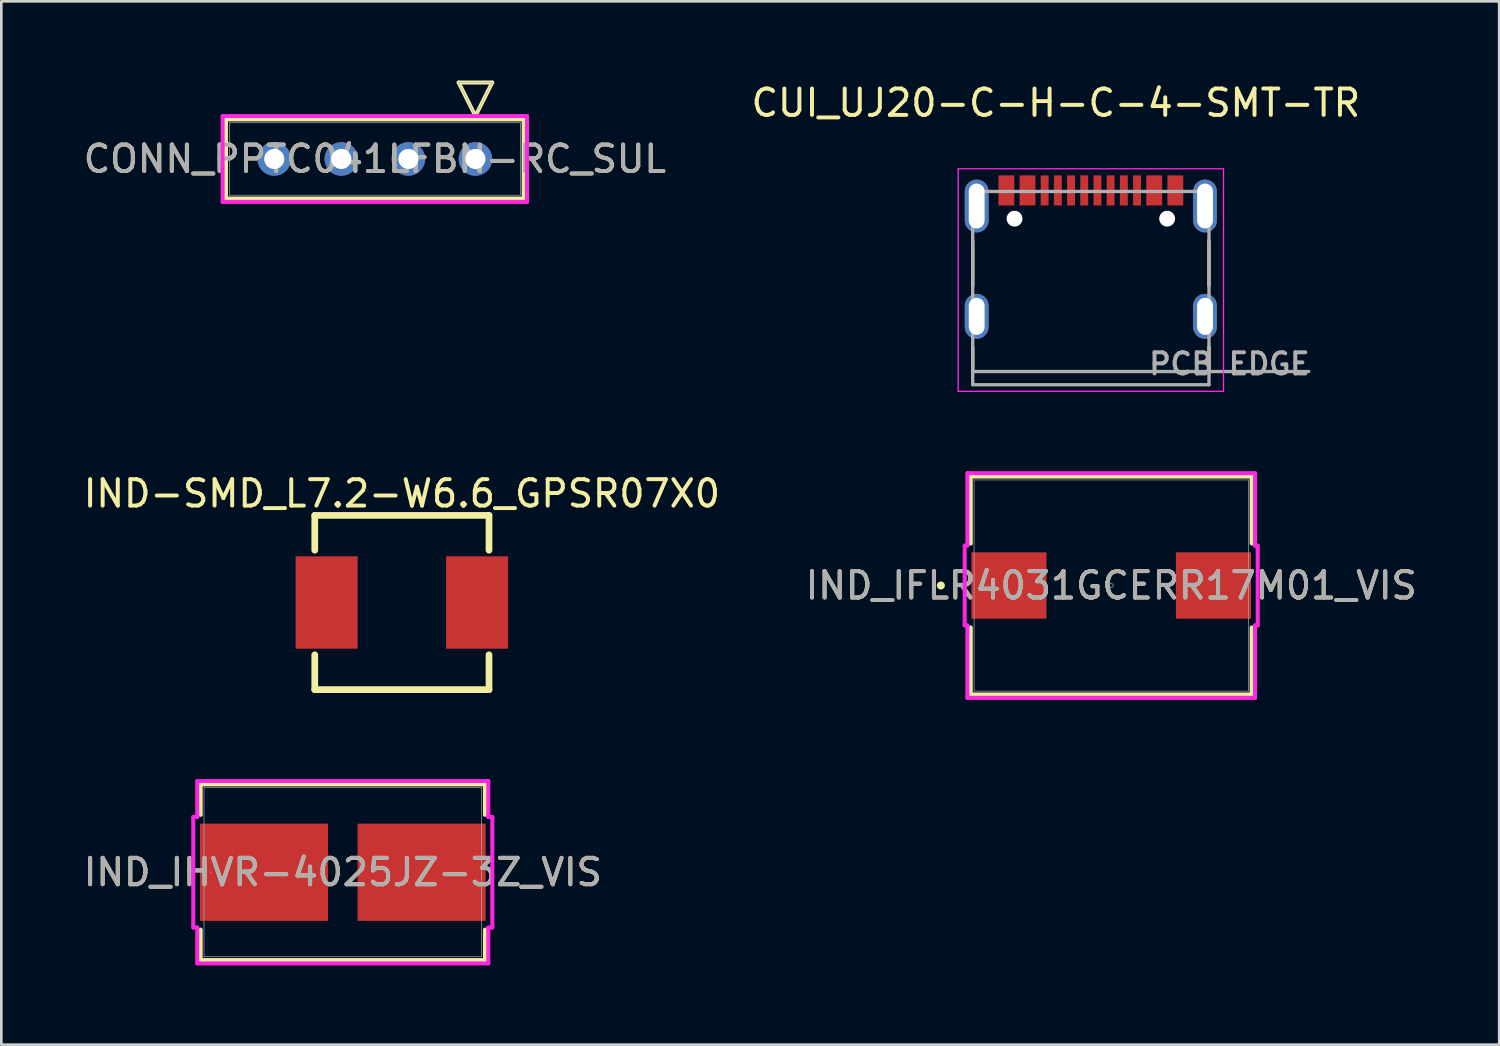
<source format=kicad_pcb>
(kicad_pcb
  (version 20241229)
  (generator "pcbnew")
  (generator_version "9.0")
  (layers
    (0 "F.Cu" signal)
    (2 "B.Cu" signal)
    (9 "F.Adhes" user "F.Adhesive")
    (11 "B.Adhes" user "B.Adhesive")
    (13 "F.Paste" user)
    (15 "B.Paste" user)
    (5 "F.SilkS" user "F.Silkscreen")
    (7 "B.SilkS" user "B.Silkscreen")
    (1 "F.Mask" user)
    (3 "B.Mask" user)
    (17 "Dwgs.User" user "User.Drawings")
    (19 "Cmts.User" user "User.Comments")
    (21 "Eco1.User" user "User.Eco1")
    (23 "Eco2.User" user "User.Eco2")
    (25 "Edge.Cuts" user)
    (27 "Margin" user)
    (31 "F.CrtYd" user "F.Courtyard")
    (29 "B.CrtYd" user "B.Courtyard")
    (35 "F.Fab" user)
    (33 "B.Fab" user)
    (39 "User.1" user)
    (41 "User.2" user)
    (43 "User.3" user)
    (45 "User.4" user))
  (footprint "CONN_PPTC041LFBN-RC_SUL"
    (layer "F.Cu")
    (at 14.959 2.972)
    (property "Reference" "CONN_PPTC041LFBN-RC_SUL" (at -3.81 0 0) (unlocked yes) (layer "F.SilkS") (effects (font (size 1 1) (thickness 0.15))))
    (attr through_hole)
    (fp_line (start -9.449 -1.499) (end -9.449 1.499) (stroke (width 0.152) (type solid)) (layer "F.SilkS"))
    (fp_line (start -9.449 1.499) (end 1.829 1.499) (stroke (width 0.152) (type solid)) (layer "F.SilkS"))
    (fp_line (start -0.635 -2.896) (end 0.635 -2.896) (stroke (width 0.152) (type solid)) (layer "F.SilkS"))
    (fp_line (start 0 -1.626) (end -0.635 -2.896) (stroke (width 0.152) (type solid)) (layer "F.SilkS"))
    (fp_line (start 0.635 -2.896) (end 0 -1.626) (stroke (width 0.152) (type solid)) (layer "F.SilkS"))
    (fp_line (start 1.829 -1.499) (end -9.449 -1.499) (stroke (width 0.152) (type solid)) (layer "F.SilkS"))
    (fp_line (start 1.829 1.499) (end 1.829 -1.499) (stroke (width 0.152) (type solid)) (layer "F.SilkS"))
    (fp_line (start -9.576 -1.626) (end -9.576 1.626) (stroke (width 0.152) (type solid)) (layer "F.CrtYd"))
    (fp_line (start -9.576 1.626) (end 1.956 1.626) (stroke (width 0.152) (type solid)) (layer "F.CrtYd"))
    (fp_line (start 1.956 -1.626) (end -9.576 -1.626) (stroke (width 0.152) (type solid)) (layer "F.CrtYd"))
    (fp_line (start 1.956 1.626) (end 1.956 -1.626) (stroke (width 0.152) (type solid)) (layer "F.CrtYd"))
    (fp_line (start -9.322 -1.372) (end -9.322 1.372) (stroke (width 0.025) (type solid)) (layer "F.Fab"))
    (fp_line (start -9.322 1.372) (end 1.702 1.372) (stroke (width 0.025) (type solid)) (layer "F.Fab"))
    (fp_line (start -0.635 -2.896) (end 0.635 -2.896) (stroke (width 0.025) (type solid)) (layer "F.Fab"))
    (fp_line (start 0 -1.626) (end -0.635 -2.896) (stroke (width 0.025) (type solid)) (layer "F.Fab"))
    (fp_line (start 0.635 -2.896) (end 0 -1.626) (stroke (width 0.025) (type solid)) (layer "F.Fab"))
    (fp_line (start 1.702 -1.372) (end -9.322 -1.372) (stroke (width 0.025) (type solid)) (layer "F.Fab"))
    (fp_line (start 1.702 1.372) (end 1.702 -1.372) (stroke (width 0.025) (type solid)) (layer "F.Fab"))
    (fp_text user "${REFERENCE}" (at -3.81 0 0) (unlocked yes) (layer "F.Fab") (effects (font (size 1 1) (thickness 0.15))))
    (pad "1" thru_hole circle (at 0 0) (size 1.27 1.27) (drill 0.762) (layers "*.Cu" "*.Mask"))
    (pad "2" thru_hole circle (at -2.54 0) (size 1.27 1.27) (drill 0.762) (layers "*.Cu" "*.Mask"))
    (pad "3" thru_hole circle (at -5.08 0) (size 1.27 1.27) (drill 0.762) (layers "*.Cu" "*.Mask"))
    (pad "4" thru_hole circle (at -7.62 0) (size 1.27 1.27) (drill 0.762) (layers "*.Cu" "*.Mask")))
  (footprint "IND_IHVR-4025JZ-3Z_VIS"
    (layer "F.Cu")
    (at 9.935 29.99)
    (property "Reference" "IND_IHVR-4025JZ-3Z_VIS" (at 0 0 0) (unlocked yes) (layer "F.SilkS") (effects (font (size 1 1) (thickness 0.15))))
    (attr smd)
    (fp_line (start -5.385 -3.327) (end -5.385 -2.174) (stroke (width 0.152) (type solid)) (layer "F.SilkS"))
    (fp_line (start -5.385 2.174) (end -5.385 3.327) (stroke (width 0.152) (type solid)) (layer "F.SilkS"))
    (fp_line (start -5.385 3.327) (end 5.385 3.327) (stroke (width 0.152) (type solid)) (layer "F.SilkS"))
    (fp_line (start 5.385 -3.327) (end -5.385 -3.327) (stroke (width 0.152) (type solid)) (layer "F.SilkS"))
    (fp_line (start 5.385 -2.174) (end 5.385 -3.327) (stroke (width 0.152) (type solid)) (layer "F.SilkS"))
    (fp_line (start 5.385 3.327) (end 5.385 2.174) (stroke (width 0.152) (type solid)) (layer "F.SilkS"))
    (fp_line (start -5.664 -2.095) (end -5.512 -2.095) (stroke (width 0.152) (type solid)) (layer "F.CrtYd"))
    (fp_line (start -5.664 2.095) (end -5.664 -2.095) (stroke (width 0.152) (type solid)) (layer "F.CrtYd"))
    (fp_line (start -5.512 -3.454) (end 5.512 -3.454) (stroke (width 0.152) (type solid)) (layer "F.CrtYd"))
    (fp_line (start -5.512 -2.095) (end -5.512 -3.454) (stroke (width 0.152) (type solid)) (layer "F.CrtYd"))
    (fp_line (start -5.512 2.095) (end -5.664 2.095) (stroke (width 0.152) (type solid)) (layer "F.CrtYd"))
    (fp_line (start -5.512 3.454) (end -5.512 2.095) (stroke (width 0.152) (type solid)) (layer "F.CrtYd"))
    (fp_line (start 5.512 -3.454) (end 5.512 -2.095) (stroke (width 0.152) (type solid)) (layer "F.CrtYd"))
    (fp_line (start 5.512 -2.095) (end 5.664 -2.095) (stroke (width 0.152) (type solid)) (layer "F.CrtYd"))
    (fp_line (start 5.512 2.095) (end 5.512 3.454) (stroke (width 0.152) (type solid)) (layer "F.CrtYd"))
    (fp_line (start 5.512 3.454) (end -5.512 3.454) (stroke (width 0.152) (type solid)) (layer "F.CrtYd"))
    (fp_line (start 5.664 -2.095) (end 5.664 2.095) (stroke (width 0.152) (type solid)) (layer "F.CrtYd"))
    (fp_line (start 5.664 2.095) (end 5.512 2.095) (stroke (width 0.152) (type solid)) (layer "F.CrtYd"))
    (fp_line (start -5.258 -3.2) (end -5.258 3.2) (stroke (width 0.025) (type solid)) (layer "F.Fab"))
    (fp_line (start -5.258 3.2) (end 5.258 3.2) (stroke (width 0.025) (type solid)) (layer "F.Fab"))
    (fp_line (start 5.258 -3.2) (end -5.258 -3.2) (stroke (width 0.025) (type solid)) (layer "F.Fab"))
    (fp_line (start 5.258 3.2) (end 5.258 -3.2) (stroke (width 0.025) (type solid)) (layer "F.Fab"))
    (fp_circle (center -5.004 0) (end -5.004 0) (stroke (width 0.025) (type solid)) (fill no) (layer "F.Fab"))
    (fp_text user "${REFERENCE}" (at 0 0 0) (unlocked yes) (layer "F.Fab") (effects (font (size 1 1) (thickness 0.15))))
    (pad "1" smd rect (at -2.985 0 90) (size 3.683 4.851) (layers "F.Cu" "F.Mask" "F.Paste"))
    (pad "2" smd rect (at 2.985 0 90) (size 3.683 4.851) (layers "F.Cu" "F.Mask" "F.Paste"))
    (zone (net_name "") (layer "F.Cu") (hatch full 0.508) (connect_pads) (min_thickness 0.254) (filled_areas_thickness no) (keepout (tracks not_allowed) (vias not_allowed) (pads allowed) (copperpour not_allowed) (footprints allowed)) (placement (enabled no)) (fill) (polygon (pts (xy 4.728 26.841) (xy 15.142 26.841) (xy 15.142 28.098) (xy 4.728 28.098))))
    (zone (net_name "") (layer "F.Cu") (hatch full 0.508) (connect_pads) (min_thickness 0.254) (filled_areas_thickness no) (keepout (tracks not_allowed) (vias not_allowed) (pads allowed) (copperpour not_allowed) (footprints allowed)) (placement (enabled no)) (fill) (polygon (pts (xy 4.728 31.883) (xy 15.142 31.883) (xy 15.142 33.14) (xy 4.728 33.14))))
    (zone (net_name "") (layer "F.Cu") (hatch full 0.508) (connect_pads) (min_thickness 0.254) (filled_areas_thickness no) (keepout (tracks not_allowed) (vias not_allowed) (pads allowed) (copperpour not_allowed) (footprints allowed)) (placement (enabled no)) (fill) (polygon (pts (xy 9.427 28.098) (xy 10.443 28.098) (xy 10.443 31.883) (xy 9.427 31.883)))))
  (footprint "CUI_UJ20-C-H-C-4-SMT-TR"
    (layer "F.Cu")
    (at 38.271 7.923)
    (property "Reference" "CUI_UJ20-C-H-C-4-SMT-TR" (at -1.325 -7.075 0) (layer "F.SilkS") (effects (font (size 1 1) (thickness 0.15))))
    (attr smd)
    (fp_poly (pts (xy -3.55 -4.38) (xy -2.85 -4.38) (xy -2.85 -3.14) (xy -3.55 -3.14)) (stroke (width 0.01) (type solid)) (fill yes) (layer "F.Mask"))
    (fp_poly (pts (xy -2.75 -4.38) (xy -2.05 -4.38) (xy -2.05 -3.14) (xy -2.75 -3.14)) (stroke (width 0.01) (type solid)) (fill yes) (layer "F.Mask"))
    (fp_poly (pts (xy -1.95 -4.38) (xy -1.55 -4.38) (xy -1.55 -3.14) (xy -1.95 -3.14)) (stroke (width 0.01) (type solid)) (fill yes) (layer "F.Mask"))
    (fp_poly (pts (xy -1.45 -4.38) (xy -1.05 -4.38) (xy -1.05 -3.14) (xy -1.45 -3.14)) (stroke (width 0.01) (type solid)) (fill yes) (layer "F.Mask"))
    (fp_poly (pts (xy -0.95 -4.38) (xy -0.55 -4.38) (xy -0.55 -3.14) (xy -0.95 -3.14)) (stroke (width 0.01) (type solid)) (fill yes) (layer "F.Mask"))
    (fp_poly (pts (xy -0.45 -4.38) (xy -0.05 -4.38) (xy -0.05 -3.14) (xy -0.45 -3.14)) (stroke (width 0.01) (type solid)) (fill yes) (layer "F.Mask"))
    (fp_poly (pts (xy 0.05 -4.38) (xy 0.45 -4.38) (xy 0.45 -3.14) (xy 0.05 -3.14)) (stroke (width 0.01) (type solid)) (fill yes) (layer "F.Mask"))
    (fp_poly (pts (xy 0.55 -4.38) (xy 0.95 -4.38) (xy 0.95 -3.14) (xy 0.55 -3.14)) (stroke (width 0.01) (type solid)) (fill yes) (layer "F.Mask"))
    (fp_poly (pts (xy 1.05 -4.38) (xy 1.45 -4.38) (xy 1.45 -3.14) (xy 1.05 -3.14)) (stroke (width 0.01) (type solid)) (fill yes) (layer "F.Mask"))
    (fp_poly (pts (xy 1.55 -4.38) (xy 1.95 -4.38) (xy 1.95 -3.14) (xy 1.55 -3.14)) (stroke (width 0.01) (type solid)) (fill yes) (layer "F.Mask"))
    (fp_poly (pts (xy 2.05 -4.38) (xy 2.75 -4.38) (xy 2.75 -3.14) (xy 2.05 -3.14)) (stroke (width 0.01) (type solid)) (fill yes) (layer "F.Mask"))
    (fp_poly (pts (xy 2.85 -4.38) (xy 3.55 -4.38) (xy 3.55 -3.14) (xy 2.85 -3.14)) (stroke (width 0.01) (type solid)) (fill yes) (layer "F.Mask"))
    (fp_line (start -4.475 -0.16) (end -4.475 -1.85) (stroke (width 0.127) (type solid)) (layer "F.SilkS"))
    (fp_line (start -4.475 3.1) (end -4.475 2.18) (stroke (width 0.127) (type solid)) (layer "F.SilkS"))
    (fp_line (start 4.475 -0.16) (end 4.475 -1.85) (stroke (width 0.127) (type solid)) (layer "F.SilkS"))
    (fp_line (start 4.475 3.1) (end 4.475 2.18) (stroke (width 0.127) (type solid)) (layer "F.SilkS"))
    (fp_line (start -5.025 -4.58) (end 5.025 -4.58) (stroke (width 0.05) (type solid)) (layer "F.CrtYd"))
    (fp_line (start -5.025 3.85) (end -5.025 -4.58) (stroke (width 0.05) (type solid)) (layer "F.CrtYd"))
    (fp_line (start 5.025 -4.58) (end 5.025 3.85) (stroke (width 0.05) (type solid)) (layer "F.CrtYd"))
    (fp_line (start 5.025 3.85) (end -5.025 3.85) (stroke (width 0.05) (type solid)) (layer "F.CrtYd"))
    (fp_line (start -4.475 -3.72) (end 4.475 -3.72) (stroke (width 0.127) (type solid)) (layer "F.Fab"))
    (fp_line (start -4.475 3.1) (end -4.475 -3.72) (stroke (width 0.127) (type solid)) (layer "F.Fab"))
    (fp_line (start -4.475 3.1) (end 8.25 3.1) (stroke (width 0.127) (type solid)) (layer "F.Fab"))
    (fp_line (start -4.475 3.6) (end -4.475 3.1) (stroke (width 0.127) (type solid)) (layer "F.Fab"))
    (fp_line (start 4.475 -3.72) (end 4.475 3.6) (stroke (width 0.127) (type solid)) (layer "F.Fab"))
    (fp_line (start 4.475 3.6) (end -4.475 3.6) (stroke (width 0.127) (type solid)) (layer "F.Fab"))
    (fp_text user "PCB EDGE" (at 5.25 2.81 0) (layer "F.Fab") (effects (font (size 0.8 0.8) (thickness 0.15))))
    (pad "" np_thru_hole circle (at -2.89 -2.69) (size 0.6 0.6) (drill 0.6) (layers "*.Cu" "*.Mask"))
    (pad "" np_thru_hole circle (at 2.89 -2.69) (size 0.6 0.6) (drill 0.6) (layers "*.Cu" "*.Mask"))
    (pad "A1" smd rect (at -3.2 -3.76) (size 0.6 1.14) (layers "F.Cu" "F.Paste"))
    (pad "A4" smd rect (at -2.4 -3.76) (size 0.6 1.14) (layers "F.Cu" "F.Paste"))
    (pad "A5" smd rect (at -1.25 -3.76) (size 0.3 1.14) (layers "F.Cu" "F.Paste"))
    (pad "A6" smd rect (at -0.25 -3.76) (size 0.3 1.14) (layers "F.Cu" "F.Paste"))
    (pad "A7" smd rect (at 0.25 -3.76) (size 0.3 1.14) (layers "F.Cu" "F.Paste"))
    (pad "A8" smd rect (at 1.25 -3.76) (size 0.3 1.14) (layers "F.Cu" "F.Paste"))
    (pad "B1" smd rect (at 3.2 -3.76) (size 0.6 1.14) (layers "F.Cu" "F.Paste"))
    (pad "B4" smd rect (at 2.4 -3.76) (size 0.6 1.14) (layers "F.Cu" "F.Paste"))
    (pad "B5" smd rect (at 1.75 -3.76) (size 0.3 1.14) (layers "F.Cu" "F.Paste"))
    (pad "B6" smd rect (at 0.75 -3.76) (size 0.3 1.14) (layers "F.Cu" "F.Paste"))
    (pad "B7" smd rect (at -0.75 -3.76) (size 0.3 1.14) (layers "F.Cu" "F.Paste"))
    (pad "B8" smd rect (at -1.75 -3.76) (size 0.3 1.14) (layers "F.Cu" "F.Paste"))
    (pad "SH1" thru_hole oval (at -4.325 1.01) (size 0.9 1.7) (drill oval 0.6 1.4) (layers "*.Cu" "*.Mask"))
    (pad "SH2" thru_hole oval (at 4.325 1.01) (size 0.9 1.7) (drill oval 0.6 1.4) (layers "*.Cu" "*.Mask"))
    (pad "SH3" thru_hole oval (at -4.325 -3.17) (size 0.9 2) (drill oval 0.6 1.7) (layers "*.Cu" "*.Mask"))
    (pad "SH4" thru_hole oval (at 4.325 -3.17) (size 0.9 2) (drill oval 0.6 1.7) (layers "*.Cu" "*.Mask")))
  (footprint "IND-SMD_L7.2-W6.6_GPSR07X0"
    (layer "F.Cu")
    (at 12.173 19.773)
    (property "Reference" "IND-SMD_L7.2-W6.6_GPSR07X0" (at 0 -4.127 0) (layer "F.SilkS") (effects (font (size 1 1) (thickness 0.15))))
    (fp_line (start -3.3 -3.3) (end -3.3 -1.981) (stroke (width 0.254) (type default)) (layer "F.SilkS"))
    (fp_line (start -3.3 -3.3) (end 3.3 -3.3) (stroke (width 0.254) (type default)) (layer "F.SilkS"))
    (fp_line (start -3.3 1.981) (end -3.3 3.3) (stroke (width 0.254) (type default)) (layer "F.SilkS"))
    (fp_line (start -3.3 3.3) (end 3.3 3.3) (stroke (width 0.254) (type default)) (layer "F.SilkS"))
    (fp_line (start 3.3 -3.3) (end 3.3 -1.981) (stroke (width 0.254) (type default)) (layer "F.SilkS"))
    (fp_line (start 3.3 1.981) (end 3.3 3.3) (stroke (width 0.254) (type default)) (layer "F.SilkS"))
    (fp_poly (pts (xy -1.9 1.5) (xy -3.6 1.5) (xy -3.6 -1.5) (xy -1.9 -1.5)) (stroke (width 0.1) (type default)) (fill no) (layer "User.1"))
    (fp_poly (pts (xy 1.9 -1.5) (xy 3.6 -1.5) (xy 3.6 1.5) (xy 1.9 1.5)) (stroke (width 0.1) (type default)) (fill no) (layer "User.1"))
    (fp_line (start -3.25 -3.25) (end 3.25 -3.25) (stroke (width 0.051) (type default)) (layer "User.2"))
    (fp_line (start -3.25 3.25) (end -3.25 -3.25) (stroke (width 0.051) (type default)) (layer "User.2"))
    (fp_line (start 3.25 -3.25) (end 3.25 3.25) (stroke (width 0.051) (type default)) (layer "User.2"))
    (fp_line (start 3.25 3.25) (end -3.25 3.25) (stroke (width 0.051) (type default)) (layer "User.2"))
    (fp_poly (pts (xy -3.54 3.25) (xy -3.558 3.208) (xy -3.6 3.19) (xy -3.642 3.208) (xy -3.66 3.25) (xy -3.642 3.292) (xy -3.6 3.31) (xy -3.558 3.292)) (stroke (width 0.1) (type default)) (fill no) (layer "User.3"))
    (pad "1" smd rect (at -2.85 0) (size 2.35 3.5) (layers "F.Cu" "F.Mask" "F.Paste"))
    (pad "2" smd rect (at 2.85 0) (size 2.35 3.5) (layers "F.Cu" "F.Mask" "F.Paste")))
  (footprint "IND_IFLR4031GCERR17M01_VIS"
    (layer "F.Cu")
    (at 39.042 19.129)
    (property "Reference" "IND_IFLR4031GCERR17M01_VIS" (at 0 0 0) (unlocked yes) (layer "F.SilkS") (effects (font (size 1 1) (thickness 0.15))))
    (attr smd)
    (fp_line (start -5.321 -4.128) (end -5.321 -1.589) (stroke (width 0.152) (type solid)) (layer "F.SilkS"))
    (fp_line (start -5.321 1.589) (end -5.321 4.128) (stroke (width 0.152) (type solid)) (layer "F.SilkS"))
    (fp_line (start -5.321 4.128) (end 5.321 4.128) (stroke (width 0.152) (type solid)) (layer "F.SilkS"))
    (fp_line (start 5.321 -4.128) (end -5.321 -4.128) (stroke (width 0.152) (type solid)) (layer "F.SilkS"))
    (fp_line (start 5.321 -1.589) (end 5.321 -4.128) (stroke (width 0.152) (type solid)) (layer "F.SilkS"))
    (fp_line (start 5.321 4.128) (end 5.321 1.589) (stroke (width 0.152) (type solid)) (layer "F.SilkS"))
    (fp_circle (center -6.452 0) (end -6.375 0) (stroke (width 0.152) (type solid)) (fill no) (layer "F.SilkS"))
    (fp_line (start -5.55 -1.511) (end -5.448 -1.511) (stroke (width 0.152) (type solid)) (layer "F.CrtYd"))
    (fp_line (start -5.55 1.511) (end -5.55 -1.511) (stroke (width 0.152) (type solid)) (layer "F.CrtYd"))
    (fp_line (start -5.55 1.511) (end -5.448 1.511) (stroke (width 0.152) (type solid)) (layer "F.CrtYd"))
    (fp_line (start -5.448 -4.255) (end 5.448 -4.255) (stroke (width 0.152) (type solid)) (layer "F.CrtYd"))
    (fp_line (start -5.448 -1.511) (end -5.448 -4.255) (stroke (width 0.152) (type solid)) (layer "F.CrtYd"))
    (fp_line (start -5.448 4.255) (end -5.448 1.511) (stroke (width 0.152) (type solid)) (layer "F.CrtYd"))
    (fp_line (start 5.448 -4.255) (end 5.448 -1.511) (stroke (width 0.152) (type solid)) (layer "F.CrtYd"))
    (fp_line (start 5.448 1.511) (end 5.448 4.255) (stroke (width 0.152) (type solid)) (layer "F.CrtYd"))
    (fp_line (start 5.448 4.255) (end -5.448 4.255) (stroke (width 0.152) (type solid)) (layer "F.CrtYd"))
    (fp_line (start 5.55 -1.511) (end 5.448 -1.511) (stroke (width 0.152) (type solid)) (layer "F.CrtYd"))
    (fp_line (start 5.55 -1.511) (end 5.55 1.511) (stroke (width 0.152) (type solid)) (layer "F.CrtYd"))
    (fp_line (start 5.55 1.511) (end 5.448 1.511) (stroke (width 0.152) (type solid)) (layer "F.CrtYd"))
    (fp_line (start -5.194 -4) (end -5.194 4) (stroke (width 0.025) (type solid)) (layer "F.Fab"))
    (fp_line (start -5.194 4) (end 5.194 4) (stroke (width 0.025) (type solid)) (layer "F.Fab"))
    (fp_line (start 5.194 -4) (end -5.194 -4) (stroke (width 0.025) (type solid)) (layer "F.Fab"))
    (fp_line (start 5.194 4) (end 5.194 -4) (stroke (width 0.025) (type solid)) (layer "F.Fab"))
    (fp_circle (center 0 0) (end 0.076 0) (stroke (width 0.025) (type solid)) (fill no) (layer "F.Fab"))
    (fp_text user "${REFERENCE}" (at 0 0 0) (unlocked yes) (layer "F.Fab") (effects (font (size 1 1) (thickness 0.15))))
    (pad "1" smd rect (at -3.873 0) (size 2.845 2.515) (layers "F.Cu" "F.Mask" "F.Paste"))
    (pad "2" smd rect (at 3.873 0) (size 2.845 2.515) (layers "F.Cu" "F.Mask" "F.Paste")))
  (gr_rect
    (start -3 -3)
    (end 53.738 36.521)
    (stroke (width 0.1) (type default))
    (fill no)
    (layer "Edge.Cuts")))
</source>
